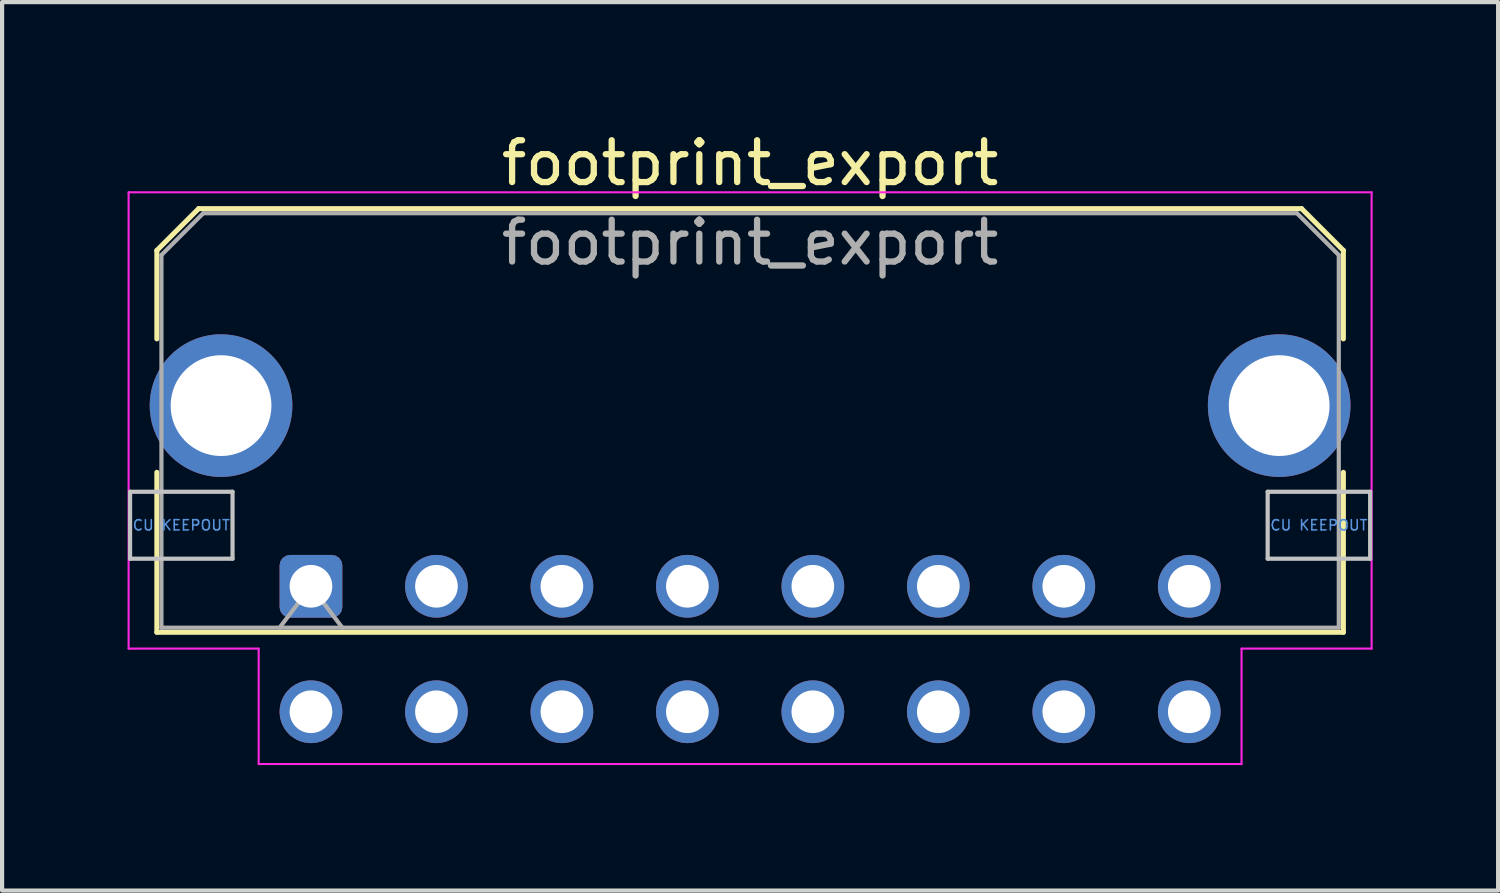
<source format=kicad_pcb>
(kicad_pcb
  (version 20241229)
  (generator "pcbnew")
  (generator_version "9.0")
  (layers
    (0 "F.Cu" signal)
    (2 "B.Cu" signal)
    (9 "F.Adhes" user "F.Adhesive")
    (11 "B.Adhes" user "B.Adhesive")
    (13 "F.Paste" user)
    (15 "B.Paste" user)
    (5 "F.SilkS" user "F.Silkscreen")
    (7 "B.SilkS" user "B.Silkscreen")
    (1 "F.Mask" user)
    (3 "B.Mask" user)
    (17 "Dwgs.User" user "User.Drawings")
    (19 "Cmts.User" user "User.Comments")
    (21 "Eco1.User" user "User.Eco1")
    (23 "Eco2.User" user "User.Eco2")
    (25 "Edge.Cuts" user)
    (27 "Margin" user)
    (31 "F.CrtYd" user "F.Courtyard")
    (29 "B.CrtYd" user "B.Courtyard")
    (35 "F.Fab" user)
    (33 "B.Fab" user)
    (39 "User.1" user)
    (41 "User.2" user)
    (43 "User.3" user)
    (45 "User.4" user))
  (footprint "footprint_export"
    (layer "F.Cu")
    (at 4.385 10.968)
    (property "Reference" "footprint_export" (at 10.5 -10.12 0) (layer "F.SilkS") (effects (font (size 1 1) (thickness 0.15))))
    (attr through_hole)
    (fp_line (start -3.685 -8.03) (end -2.685 -9.03) (stroke (width 0.12) (type solid)) (layer "F.SilkS"))
    (fp_line (start -3.685 -5.915) (end -3.685 -8.03) (stroke (width 0.12) (type solid)) (layer "F.SilkS"))
    (fp_line (start -3.685 -2.725) (end -3.685 1.1) (stroke (width 0.12) (type solid)) (layer "F.SilkS"))
    (fp_line (start -3.685 1.1) (end 24.685 1.1) (stroke (width 0.12) (type solid)) (layer "F.SilkS"))
    (fp_line (start -2.685 -9.03) (end 23.685 -9.03) (stroke (width 0.12) (type solid)) (layer "F.SilkS"))
    (fp_line (start 23.685 -9.03) (end 24.685 -8.03) (stroke (width 0.12) (type solid)) (layer "F.SilkS"))
    (fp_line (start 24.685 -8.03) (end 24.685 -5.915) (stroke (width 0.12) (type solid)) (layer "F.SilkS"))
    (fp_line (start 24.685 1.1) (end 24.685 -2.725) (stroke (width 0.12) (type solid)) (layer "F.SilkS"))
    (fp_line (start -4.325 -2.26) (end -4.325 -0.66) (stroke (width 0.1) (type solid)) (layer "Dwgs.User"))
    (fp_line (start -4.325 -0.66) (end -1.875 -0.66) (stroke (width 0.1) (type solid)) (layer "Dwgs.User"))
    (fp_line (start -1.875 -2.26) (end -4.325 -2.26) (stroke (width 0.1) (type solid)) (layer "Dwgs.User"))
    (fp_line (start -1.875 -0.66) (end -1.875 -2.26) (stroke (width 0.1) (type solid)) (layer "Dwgs.User"))
    (fp_line (start 22.875 -2.26) (end 22.875 -0.66) (stroke (width 0.1) (type solid)) (layer "Dwgs.User"))
    (fp_line (start 22.875 -0.66) (end 25.325 -0.66) (stroke (width 0.1) (type solid)) (layer "Dwgs.User"))
    (fp_line (start 25.325 -2.26) (end 22.875 -2.26) (stroke (width 0.1) (type solid)) (layer "Dwgs.User"))
    (fp_line (start 25.325 -0.66) (end 25.325 -2.26) (stroke (width 0.1) (type solid)) (layer "Dwgs.User"))
    (fp_line (start -4.36 -9.42) (end 25.36 -9.42) (stroke (width 0.05) (type solid)) (layer "F.CrtYd"))
    (fp_line (start -4.36 1.49) (end -4.36 -9.42) (stroke (width 0.05) (type solid)) (layer "F.CrtYd"))
    (fp_line (start -1.25 1.49) (end -4.36 1.49) (stroke (width 0.05) (type solid)) (layer "F.CrtYd"))
    (fp_line (start -1.25 4.25) (end -1.25 1.49) (stroke (width 0.05) (type solid)) (layer "F.CrtYd"))
    (fp_line (start 22.25 1.49) (end 22.25 4.25) (stroke (width 0.05) (type solid)) (layer "F.CrtYd"))
    (fp_line (start 22.25 4.25) (end -1.25 4.25) (stroke (width 0.05) (type solid)) (layer "F.CrtYd"))
    (fp_line (start 25.36 -9.42) (end 25.36 1.49) (stroke (width 0.05) (type solid)) (layer "F.CrtYd"))
    (fp_line (start 25.36 1.49) (end 22.25 1.49) (stroke (width 0.05) (type solid)) (layer "F.CrtYd"))
    (fp_line (start -3.575 -7.92) (end -2.575 -8.92) (stroke (width 0.1) (type solid)) (layer "F.Fab"))
    (fp_line (start -3.575 0.99) (end -3.575 -7.92) (stroke (width 0.1) (type solid)) (layer "F.Fab"))
    (fp_line (start -2.575 -8.92) (end 23.575 -8.92) (stroke (width 0.1) (type solid)) (layer "F.Fab"))
    (fp_line (start -0.75 0.99) (end 0 0) (stroke (width 0.1) (type solid)) (layer "F.Fab"))
    (fp_line (start 0 0) (end 0.75 0.99) (stroke (width 0.1) (type solid)) (layer "F.Fab"))
    (fp_line (start 23.575 -8.92) (end 24.575 -7.92) (stroke (width 0.1) (type solid)) (layer "F.Fab"))
    (fp_line (start 24.575 -7.92) (end 24.575 0.99) (stroke (width 0.1) (type solid)) (layer "F.Fab"))
    (fp_line (start 24.575 0.99) (end -3.575 0.99) (stroke (width 0.1) (type solid)) (layer "F.Fab"))
    (fp_text user "CU KEEPOUT" (at -3.1 -1.46 0) (layer "Cmts.User") (effects (font (size 0.245 0.245) (thickness 0.037))))
    (fp_text user "CU KEEPOUT" (at 24.1 -1.46 0) (layer "Cmts.User") (effects (font (size 0.245 0.245) (thickness 0.037))))
    (fp_text user "${REFERENCE}" (at 10.5 -8.22 0) (layer "F.Fab") (effects (font (size 1 1) (thickness 0.15))))
    (pad "1" thru_hole roundrect (at 0 0) (size 1.5 1.5) (drill 1.02) (layers "*.Cu" "*.Mask") (roundrect_rratio 0.167))
    (pad "2" thru_hole circle (at 3 0) (size 1.5 1.5) (drill 1.02) (layers "*.Cu" "*.Mask"))
    (pad "3" thru_hole circle (at 6 0) (size 1.5 1.5) (drill 1.02) (layers "*.Cu" "*.Mask"))
    (pad "4" thru_hole circle (at 9 0) (size 1.5 1.5) (drill 1.02) (layers "*.Cu" "*.Mask"))
    (pad "5" thru_hole circle (at 12 0) (size 1.5 1.5) (drill 1.02) (layers "*.Cu" "*.Mask"))
    (pad "6" thru_hole circle (at 15 0) (size 1.5 1.5) (drill 1.02) (layers "*.Cu" "*.Mask"))
    (pad "7" thru_hole circle (at 18 0) (size 1.5 1.5) (drill 1.02) (layers "*.Cu" "*.Mask"))
    (pad "8" thru_hole circle (at 21 0) (size 1.5 1.5) (drill 1.02) (layers "*.Cu" "*.Mask"))
    (pad "9" thru_hole circle (at 0 3) (size 1.5 1.5) (drill 1.02) (layers "*.Cu" "*.Mask"))
    (pad "10" thru_hole circle (at 3 3) (size 1.5 1.5) (drill 1.02) (layers "*.Cu" "*.Mask"))
    (pad "11" thru_hole circle (at 6 3) (size 1.5 1.5) (drill 1.02) (layers "*.Cu" "*.Mask"))
    (pad "12" thru_hole circle (at 9 3) (size 1.5 1.5) (drill 1.02) (layers "*.Cu" "*.Mask"))
    (pad "13" thru_hole circle (at 12 3) (size 1.5 1.5) (drill 1.02) (layers "*.Cu" "*.Mask"))
    (pad "14" thru_hole circle (at 15 3) (size 1.5 1.5) (drill 1.02) (layers "*.Cu" "*.Mask"))
    (pad "15" thru_hole circle (at 18 3) (size 1.5 1.5) (drill 1.02) (layers "*.Cu" "*.Mask"))
    (pad "16" thru_hole circle (at 21 3) (size 1.5 1.5) (drill 1.02) (layers "*.Cu" "*.Mask"))
    (pad "MP" thru_hole circle (at -2.15 -4.32) (size 3.41 3.41) (drill 2.41) (layers "*.Cu" "*.Mask"))
    (pad "MP" thru_hole circle (at 23.15 -4.32) (size 3.41 3.41) (drill 2.41) (layers "*.Cu" "*.Mask")))
  (gr_rect
    (start -3 -3)
    (end 32.77 18.243)
    (stroke (width 0.1) (type default))
    (fill no)
    (layer "Edge.Cuts")))
</source>
